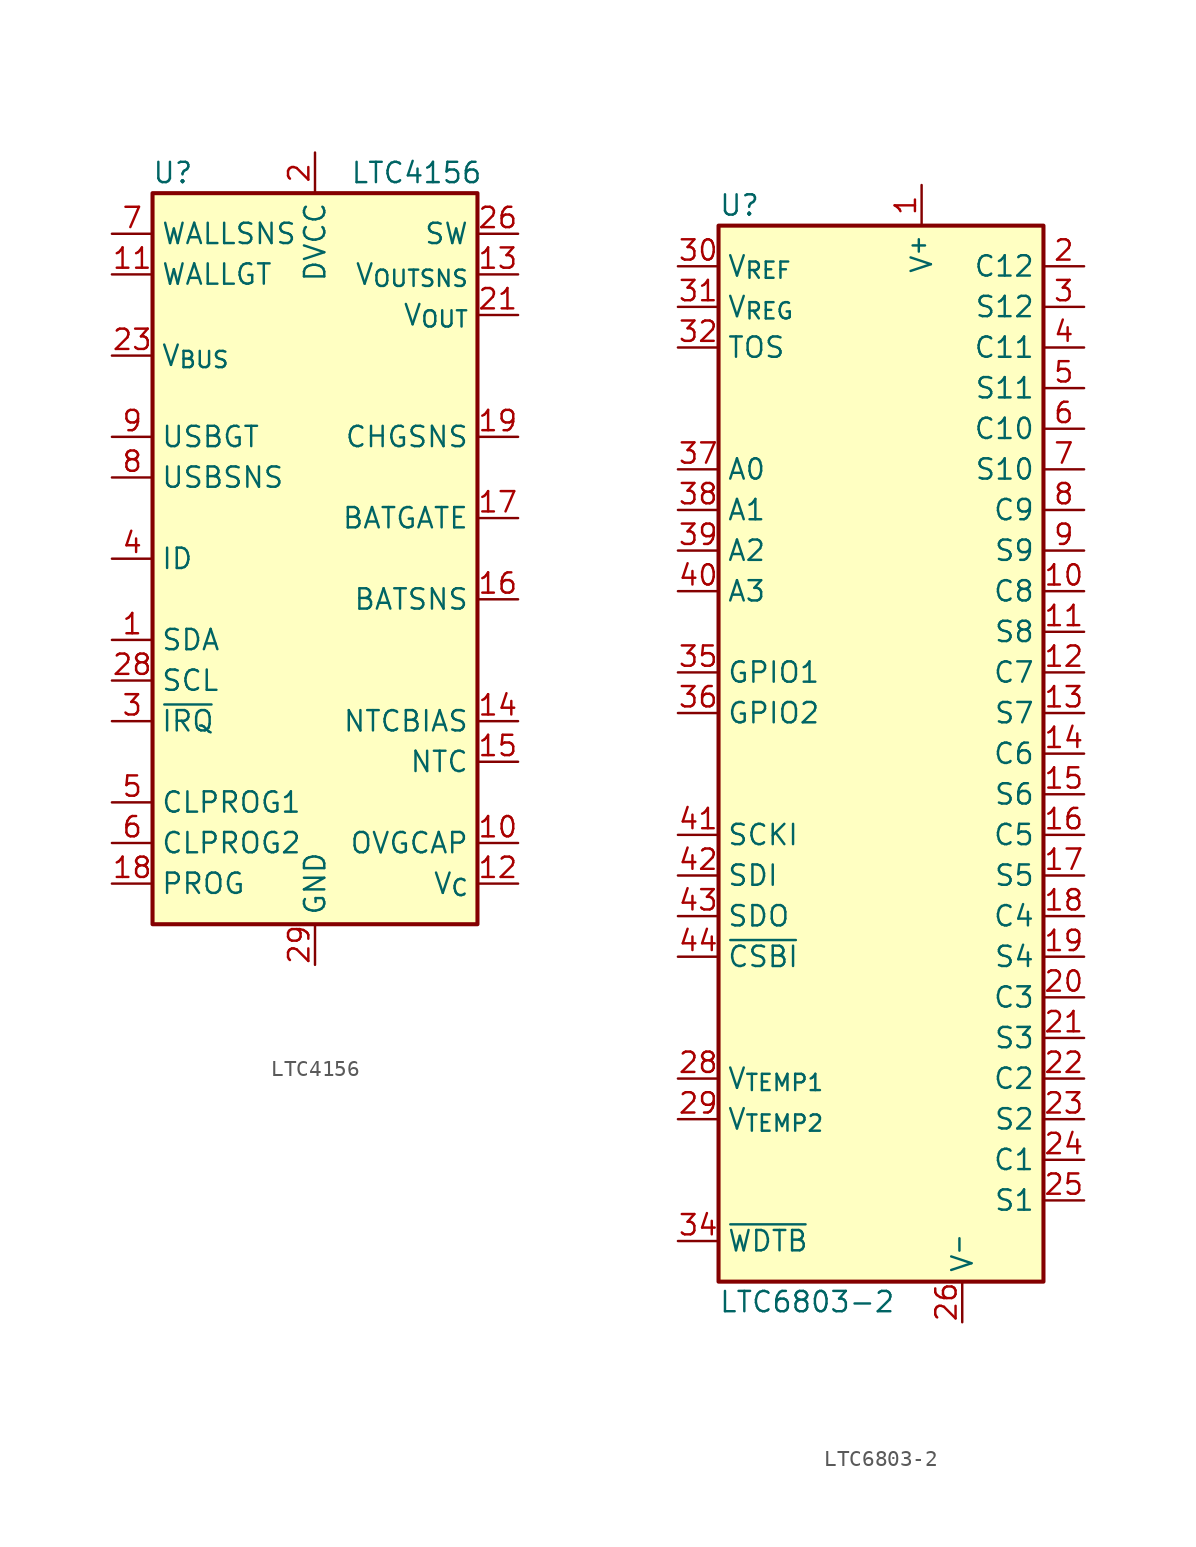
<source format=kicad_sym>
(kicad_symbol_lib
  (version 20231120)
  (generator "kicad_symbol_editor")
  (generator_version "8.0")
  (symbol "LTC4156"
    (property "Reference" "U"
      (at -8.89 24.13 0)
      (effects (font (size 1.27 1.27))))
    (property "Value" "LTC4156"
      (at 6.35 24.13 0)
      (effects (font (size 1.27 1.27))))
    (symbol "LTC4156_0_1"
      (rectangle (start -10.16 22.86) (end 10.16 -22.86) (stroke (width 0.254) (type default)) (fill (type background))))
    (symbol "LTC4156_1_1"
      (pin bidirectional line (at -12.7 -5.08 0) (length 2.54) (name "SDA" (effects (font (size 1.27 1.27)))) (number "1" (effects (font (size 1.27 1.27)))))
      (pin passive line (at 12.7 -17.78 180) (length 2.54) (name "OVGCAP" (effects (font (size 1.27 1.27)))) (number "10" (effects (font (size 1.27 1.27)))))
      (pin output line (at -12.7 17.78 0) (length 2.54) (name "WALLGT" (effects (font (size 1.27 1.27)))) (number "11" (effects (font (size 1.27 1.27)))))
      (pin passive line (at 12.7 -20.32 180) (length 2.54) (name "V_{C}" (effects (font (size 1.27 1.27)))) (number "12" (effects (font (size 1.27 1.27)))))
      (pin input line (at 12.7 17.78 180) (length 2.54) (name "V_{OUTSNS}" (effects (font (size 1.27 1.27)))) (number "13" (effects (font (size 1.27 1.27)))))
      (pin output line (at 12.7 -10.16 180) (length 2.54) (name "NTCBIAS" (effects (font (size 1.27 1.27)))) (number "14" (effects (font (size 1.27 1.27)))))
      (pin input line (at 12.7 -12.7 180) (length 2.54) (name "NTC" (effects (font (size 1.27 1.27)))) (number "15" (effects (font (size 1.27 1.27)))))
      (pin input line (at 12.7 -2.54 180) (length 2.54) (name "BATSNS" (effects (font (size 1.27 1.27)))) (number "16" (effects (font (size 1.27 1.27)))))
      (pin output line (at 12.7 2.54 180) (length 2.54) (name "BATGATE" (effects (font (size 1.27 1.27)))) (number "17" (effects (font (size 1.27 1.27)))))
      (pin passive line (at -12.7 -20.32 0) (length 2.54) (name "PROG" (effects (font (size 1.27 1.27)))) (number "18" (effects (font (size 1.27 1.27)))))
      (pin passive line (at 12.7 7.62 180) (length 2.54) (name "CHGSNS" (effects (font (size 1.27 1.27)))) (number "19" (effects (font (size 1.27 1.27)))))
      (pin power_in line (at 0 25.4 270) (length 2.54) (name "DVCC" (effects (font (size 1.27 1.27)))) (number "2" (effects (font (size 1.27 1.27)))))
      (pin passive line (at 12.7 7.62 180) (length 2.54) hide (name "CHGSNS" (effects (font (size 1.27 1.27)))) (number "20" (effects (font (size 1.27 1.27)))))
      (pin passive line (at 12.7 15.24 180) (length 2.54) (name "V_{OUT}" (effects (font (size 1.27 1.27)))) (number "21" (effects (font (size 1.27 1.27)))))
      (pin passive line (at 12.7 15.24 180) (length 2.54) hide (name "V_{OUT}" (effects (font (size 1.27 1.27)))) (number "22" (effects (font (size 1.27 1.27)))))
      (pin passive line (at -12.7 12.7 0) (length 2.54) (name "V_{BUS}" (effects (font (size 1.27 1.27)))) (number "23" (effects (font (size 1.27 1.27)))))
      (pin passive line (at -12.7 12.7 0) (length 2.54) hide (name "V_{BUS}" (effects (font (size 1.27 1.27)))) (number "24" (effects (font (size 1.27 1.27)))))
      (pin passive line (at -12.7 12.7 0) (length 2.54) hide (name "V_{BUS}" (effects (font (size 1.27 1.27)))) (number "25" (effects (font (size 1.27 1.27)))))
      (pin passive line (at 12.7 20.32 180) (length 2.54) (name "SW" (effects (font (size 1.27 1.27)))) (number "26" (effects (font (size 1.27 1.27)))))
      (pin passive line (at 12.7 20.32 180) (length 2.54) hide (name "SW" (effects (font (size 1.27 1.27)))) (number "27" (effects (font (size 1.27 1.27)))))
      (pin input line (at -12.7 -7.62 0) (length 2.54) (name "SCL" (effects (font (size 1.27 1.27)))) (number "28" (effects (font (size 1.27 1.27)))))
      (pin power_in line (at 0 -25.4 90) (length 2.54) (name "GND" (effects (font (size 1.27 1.27)))) (number "29" (effects (font (size 1.27 1.27)))))
      (pin open_collector line (at -12.7 -10.16 0) (length 2.54) (name "~{IRQ}" (effects (font (size 1.27 1.27)))) (number "3" (effects (font (size 1.27 1.27)))))
      (pin input line (at -12.7 0 0) (length 2.54) (name "ID" (effects (font (size 1.27 1.27)))) (number "4" (effects (font (size 1.27 1.27)))))
      (pin passive line (at -12.7 -15.24 0) (length 2.54) (name "CLPROG1" (effects (font (size 1.27 1.27)))) (number "5" (effects (font (size 1.27 1.27)))))
      (pin passive line (at -12.7 -17.78 0) (length 2.54) (name "CLPROG2" (effects (font (size 1.27 1.27)))) (number "6" (effects (font (size 1.27 1.27)))))
      (pin input line (at -12.7 20.32 0) (length 2.54) (name "WALLSNS" (effects (font (size 1.27 1.27)))) (number "7" (effects (font (size 1.27 1.27)))))
      (pin input line (at -12.7 5.08 0) (length 2.54) (name "USBSNS" (effects (font (size 1.27 1.27)))) (number "8" (effects (font (size 1.27 1.27)))))
      (pin output line (at -12.7 7.62 0) (length 2.54) (name "USBGT" (effects (font (size 1.27 1.27)))) (number "9" (effects (font (size 1.27 1.27)))))))
  (symbol "LTC6803-2"
    (property "Reference" "U"
      (at -10.16 34.29 0)
      (effects (font (size 1.27 1.27)) (justify left)))
    (property "Value" "LTC6803-2"
      (at -10.16 -34.29 0)
      (effects (font (size 1.27 1.27)) (justify left)))
    (symbol "LTC6803-2_0_1"
      (rectangle (start 10.16 -33.02) (end -10.16 33.02) (stroke (width 0.254) (type default)) (fill (type background))))
    (symbol "LTC6803-2_1_1"
      (pin input line (at 2.54 35.56 270) (length 2.54) (name "V^{+}" (effects (font (size 1.27 1.27)))) (number "1" (effects (font (size 1.27 1.27)))))
      (pin input line (at 12.7 10.16 180) (length 2.54) (name "C8" (effects (font (size 1.27 1.27)))) (number "10" (effects (font (size 1.27 1.27)))))
      (pin input line (at 12.7 7.62 180) (length 2.54) (name "S8" (effects (font (size 1.27 1.27)))) (number "11" (effects (font (size 1.27 1.27)))))
      (pin input line (at 12.7 5.08 180) (length 2.54) (name "C7" (effects (font (size 1.27 1.27)))) (number "12" (effects (font (size 1.27 1.27)))))
      (pin input line (at 12.7 2.54 180) (length 2.54) (name "S7" (effects (font (size 1.27 1.27)))) (number "13" (effects (font (size 1.27 1.27)))))
      (pin input line (at 12.7 0 180) (length 2.54) (name "C6" (effects (font (size 1.27 1.27)))) (number "14" (effects (font (size 1.27 1.27)))))
      (pin input line (at 12.7 -2.54 180) (length 2.54) (name "S6" (effects (font (size 1.27 1.27)))) (number "15" (effects (font (size 1.27 1.27)))))
      (pin input line (at 12.7 -5.08 180) (length 2.54) (name "C5" (effects (font (size 1.27 1.27)))) (number "16" (effects (font (size 1.27 1.27)))))
      (pin input line (at 12.7 -7.62 180) (length 2.54) (name "S5" (effects (font (size 1.27 1.27)))) (number "17" (effects (font (size 1.27 1.27)))))
      (pin input line (at 12.7 -10.16 180) (length 2.54) (name "C4" (effects (font (size 1.27 1.27)))) (number "18" (effects (font (size 1.27 1.27)))))
      (pin input line (at 12.7 -12.7 180) (length 2.54) (name "S4" (effects (font (size 1.27 1.27)))) (number "19" (effects (font (size 1.27 1.27)))))
      (pin input line (at 12.7 30.48 180) (length 2.54) (name "C12" (effects (font (size 1.27 1.27)))) (number "2" (effects (font (size 1.27 1.27)))))
      (pin input line (at 12.7 -15.24 180) (length 2.54) (name "C3" (effects (font (size 1.27 1.27)))) (number "20" (effects (font (size 1.27 1.27)))))
      (pin input line (at 12.7 -17.78 180) (length 2.54) (name "S3" (effects (font (size 1.27 1.27)))) (number "21" (effects (font (size 1.27 1.27)))))
      (pin input line (at 12.7 -20.32 180) (length 2.54) (name "C2" (effects (font (size 1.27 1.27)))) (number "22" (effects (font (size 1.27 1.27)))))
      (pin input line (at 12.7 -22.86 180) (length 2.54) (name "S2" (effects (font (size 1.27 1.27)))) (number "23" (effects (font (size 1.27 1.27)))))
      (pin input line (at 12.7 -25.4 180) (length 2.54) (name "C1" (effects (font (size 1.27 1.27)))) (number "24" (effects (font (size 1.27 1.27)))))
      (pin input line (at 12.7 -27.94 180) (length 2.54) (name "S1" (effects (font (size 1.27 1.27)))) (number "25" (effects (font (size 1.27 1.27)))))
      (pin input line (at 5.08 -35.56 90) (length 2.54) (name "V^{-}" (effects (font (size 1.27 1.27)))) (number "26" (effects (font (size 1.27 1.27)))))
      (pin no_connect line (at 0 33.02 270) (length 2.54) hide (name "NC" (effects (font (size 1.27 1.27)))) (number "27" (effects (font (size 1.27 1.27)))))
      (pin input line (at -12.7 -20.32 0) (length 2.54) (name "V_{TEMP1}" (effects (font (size 1.27 1.27)))) (number "28" (effects (font (size 1.27 1.27)))))
      (pin input line (at -12.7 -22.86 0) (length 2.54) (name "V_{TEMP2}" (effects (font (size 1.27 1.27)))) (number "29" (effects (font (size 1.27 1.27)))))
      (pin input line (at 12.7 27.94 180) (length 2.54) (name "S12" (effects (font (size 1.27 1.27)))) (number "3" (effects (font (size 1.27 1.27)))))
      (pin input line (at -12.7 30.48 0) (length 2.54) (name "V_{REF}" (effects (font (size 1.27 1.27)))) (number "30" (effects (font (size 1.27 1.27)))))
      (pin input line (at -12.7 27.94 0) (length 2.54) (name "V_{REG}" (effects (font (size 1.27 1.27)))) (number "31" (effects (font (size 1.27 1.27)))))
      (pin input line (at -12.7 25.4 0) (length 2.54) (name "TOS" (effects (font (size 1.27 1.27)))) (number "32" (effects (font (size 1.27 1.27)))))
      (pin no_connect line (at -2.54 33.02 270) (length 2.54) hide (name "NC" (effects (font (size 1.27 1.27)))) (number "33" (effects (font (size 1.27 1.27)))))
      (pin open_collector line (at -12.7 -30.48 0) (length 2.54) (name "~{WDTB}" (effects (font (size 1.27 1.27)))) (number "34" (effects (font (size 1.27 1.27)))))
      (pin input line (at -12.7 5.08 0) (length 2.54) (name "GPIO1" (effects (font (size 1.27 1.27)))) (number "35" (effects (font (size 1.27 1.27)))))
      (pin input line (at -12.7 2.54 0) (length 2.54) (name "GPIO2" (effects (font (size 1.27 1.27)))) (number "36" (effects (font (size 1.27 1.27)))))
      (pin input line (at -12.7 17.78 0) (length 2.54) (name "A0" (effects (font (size 1.27 1.27)))) (number "37" (effects (font (size 1.27 1.27)))))
      (pin input line (at -12.7 15.24 0) (length 2.54) (name "A1" (effects (font (size 1.27 1.27)))) (number "38" (effects (font (size 1.27 1.27)))))
      (pin input line (at -12.7 12.7 0) (length 2.54) (name "A2" (effects (font (size 1.27 1.27)))) (number "39" (effects (font (size 1.27 1.27)))))
      (pin input line (at 12.7 25.4 180) (length 2.54) (name "C11" (effects (font (size 1.27 1.27)))) (number "4" (effects (font (size 1.27 1.27)))))
      (pin input line (at -12.7 10.16 0) (length 2.54) (name "A3" (effects (font (size 1.27 1.27)))) (number "40" (effects (font (size 1.27 1.27)))))
      (pin input line (at -12.7 -5.08 0) (length 2.54) (name "SCKI" (effects (font (size 1.27 1.27)))) (number "41" (effects (font (size 1.27 1.27)))))
      (pin input line (at -12.7 -7.62 0) (length 2.54) (name "SDI" (effects (font (size 1.27 1.27)))) (number "42" (effects (font (size 1.27 1.27)))))
      (pin open_collector line (at -12.7 -10.16 0) (length 2.54) (name "SDO" (effects (font (size 1.27 1.27)))) (number "43" (effects (font (size 1.27 1.27)))))
      (pin input line (at -12.7 -12.7 0) (length 2.54) (name "~{CSBI}" (effects (font (size 1.27 1.27)))) (number "44" (effects (font (size 1.27 1.27)))))
      (pin input line (at 12.7 22.86 180) (length 2.54) (name "S11" (effects (font (size 1.27 1.27)))) (number "5" (effects (font (size 1.27 1.27)))))
      (pin input line (at 12.7 20.32 180) (length 2.54) (name "C10" (effects (font (size 1.27 1.27)))) (number "6" (effects (font (size 1.27 1.27)))))
      (pin input line (at 12.7 17.78 180) (length 2.54) (name "S10" (effects (font (size 1.27 1.27)))) (number "7" (effects (font (size 1.27 1.27)))))
      (pin input line (at 12.7 15.24 180) (length 2.54) (name "C9" (effects (font (size 1.27 1.27)))) (number "8" (effects (font (size 1.27 1.27)))))
      (pin input line (at 12.7 12.7 180) (length 2.54) (name "S9" (effects (font (size 1.27 1.27)))) (number "9" (effects (font (size 1.27 1.27))))))))
</source>
